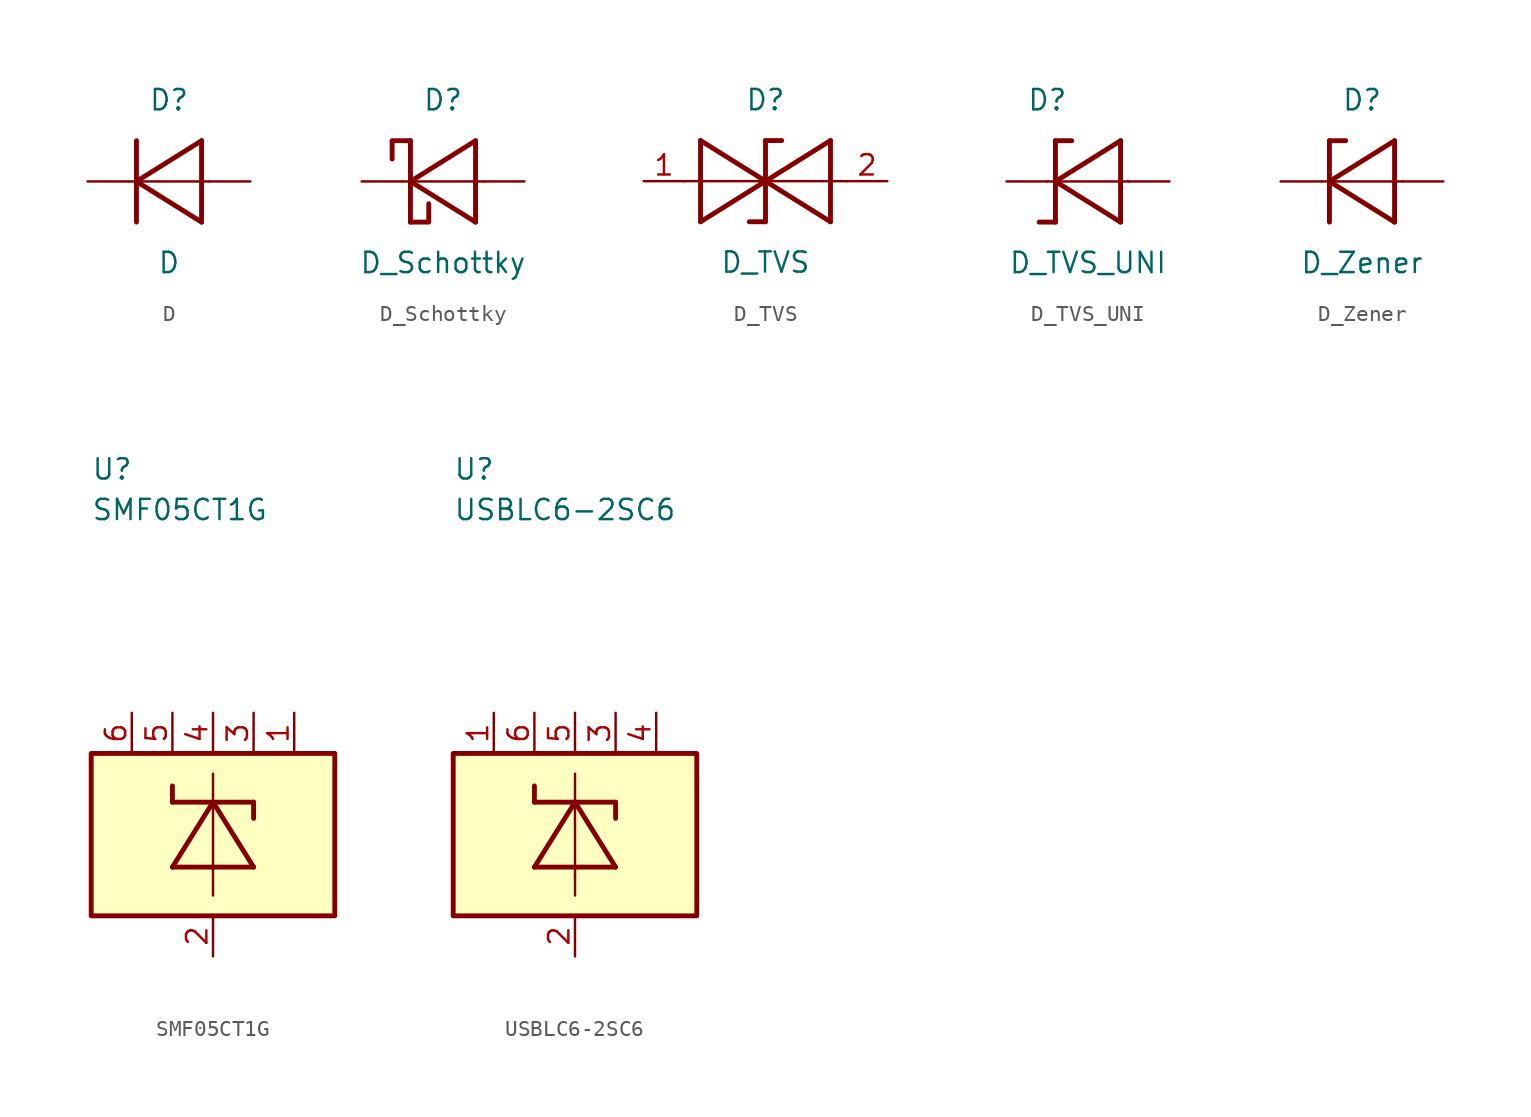
<source format=kicad_sym>
(kicad_symbol_lib
  (version 20211014)
  (generator kicad_symbol_editor)
  (symbol "D"
    (pin_numbers hide)
    (pin_names
      (offset 1.016) hide)
    (property "Reference" "D"
      (at 0 5.08 0)
      (effects (font (size 1.27 1.27))))
    (property "Value" "D"
      (at 0 -5.08 0)
      (effects (font (size 1.27 1.27))))
    (symbol "D_0_1"
      (polyline (pts (xy -2.54 0) (xy 2.54 0)) (stroke (width 0) (type default) (color 0 0 0 0)) (fill (type none)))
      (polyline (pts (xy -2.032 2.54) (xy -2.032 -2.54)) (stroke (width 0.305) (type default) (color 0 0 0 0)) (fill (type none)))
      (polyline (pts (xy 2.032 2.54) (xy 2.032 -2.54)) (stroke (width 0.305) (type default) (color 0 0 0 0)) (fill (type none)))
      (polyline (pts (xy 2.032 2.54) (xy -2.032 0) (xy 2.032 -2.54)) (stroke (width 0.305) (type default) (color 0 0 0 0)) (fill (type none))))
    (symbol "D_1_1"
      (pin passive line (at -5.08 0 0) (length 2.54) (name "K" (effects (font (size 1.27 1.27)))) (number "1" (effects (font (size 1.27 1.27)))))
      (pin passive line (at 5.08 0 180) (length 2.54) (name "A" (effects (font (size 1.27 1.27)))) (number "2" (effects (font (size 1.27 1.27)))))))
  (symbol "D_Schottky"
    (pin_numbers hide)
    (pin_names
      (offset 1.016) hide)
    (property "Reference" "D"
      (at 0 5.08 0)
      (effects (font (size 1.27 1.27))))
    (property "Value" "D_Schottky"
      (at 0 -5.08 0)
      (effects (font (size 1.27 1.27))))
    (symbol "D_Schottky_0_1"
      (polyline (pts (xy -2.54 0) (xy 2.54 0)) (stroke (width 0) (type default) (color 0 0 0 0)) (fill (type none)))
      (polyline (pts (xy -2.032 2.54) (xy -2.032 -2.54)) (stroke (width 0.305) (type default) (color 0 0 0 0)) (fill (type none)))
      (polyline (pts (xy 2.032 2.54) (xy 2.032 -2.54)) (stroke (width 0.305) (type default) (color 0 0 0 0)) (fill (type none)))
      (polyline (pts (xy -2.032 -2.54) (xy -0.889 -2.54) (xy -0.889 -1.397)) (stroke (width 0.305) (type default) (color 0 0 0 0)) (fill (type none)))
      (polyline (pts (xy -2.032 2.54) (xy -3.175 2.54) (xy -3.175 1.397)) (stroke (width 0.305) (type default) (color 0 0 0 0)) (fill (type none)))
      (polyline (pts (xy 2.032 2.54) (xy -2.032 0) (xy 2.032 -2.54)) (stroke (width 0.305) (type default) (color 0 0 0 0)) (fill (type none))))
    (symbol "D_Schottky_1_1"
      (pin passive line (at -5.08 0 0) (length 2.54) (name "K" (effects (font (size 1.27 1.27)))) (number "1" (effects (font (size 1.27 1.27)))))
      (pin passive line (at 5.08 0 180) (length 2.54) (name "A" (effects (font (size 1.27 1.27)))) (number "2" (effects (font (size 1.27 1.27)))))))
  (symbol "D_TVS"
    (pin_names
      (offset 1.016) hide)
    (property "Reference" "D"
      (at 0 5.08 0)
      (effects (font (size 1.27 1.27))))
    (property "Value" "D_TVS"
      (at 0 -5.08 0)
      (effects (font (size 1.27 1.27))))
    (symbol "D_TVS_0_1"
      (polyline (pts (xy -5.08 0) (xy 5.08 0)) (stroke (width 0) (type default) (color 0 0 0 0)) (fill (type none))))
    (symbol "D_TVS_1_1"
      (polyline (pts (xy -4.064 -2.54) (xy -4.064 2.54)) (stroke (width 0.305) (type default) (color 0 0 0 0)) (fill (type none)))
      (polyline (pts (xy 0 -2.54) (xy -1.016 -2.54)) (stroke (width 0.305) (type default) (color 0 0 0 0)) (fill (type none)))
      (polyline (pts (xy 0 2.54) (xy 0 -2.54)) (stroke (width 0.305) (type default) (color 0 0 0 0)) (fill (type none)))
      (polyline (pts (xy 0 2.54) (xy 1.016 2.54)) (stroke (width 0.305) (type default) (color 0 0 0 0)) (fill (type none)))
      (polyline (pts (xy 4.064 2.54) (xy 4.064 -2.54)) (stroke (width 0.305) (type default) (color 0 0 0 0)) (fill (type none)))
      (polyline (pts (xy -4.064 -2.54) (xy 0 0) (xy -4.064 2.54)) (stroke (width 0.305) (type default) (color 0 0 0 0)) (fill (type none)))
      (polyline (pts (xy 4.064 2.54) (xy 0 0) (xy 4.064 -2.54)) (stroke (width 0.305) (type default) (color 0 0 0 0)) (fill (type none)))
      (pin passive line (at -7.62 0 0) (length 2.54) (name "K" (effects (font (size 1.27 1.27)))) (number "1" (effects (font (size 1.27 1.27)))))
      (pin passive line (at 7.62 0 180) (length 2.54) (name "A" (effects (font (size 1.27 1.27)))) (number "2" (effects (font (size 1.27 1.27)))))))
  (symbol "D_TVS_UNI"
    (pin_numbers hide)
    (pin_names
      (offset 1.016) hide)
    (property "Reference" "D"
      (at -2.54 5.08 0)
      (effects (font (size 1.27 1.27))))
    (property "Value" "D_TVS_UNI"
      (at 0 -5.08 0)
      (effects (font (size 1.27 1.27))))
    (symbol "D_TVS_UNI_0_1"
      (rectangle (start 2.54 0) (end -2.54 0) (stroke (width 0) (type default) (color 0 0 0 0)) (fill (type none))))
    (symbol "D_TVS_UNI_1_1"
      (polyline (pts (xy -2.032 -2.54) (xy -3.048 -2.54)) (stroke (width 0.305) (type default) (color 0 0 0 0)) (fill (type none)))
      (polyline (pts (xy -2.032 2.54) (xy -2.032 -2.54)) (stroke (width 0.305) (type default) (color 0 0 0 0)) (fill (type none)))
      (polyline (pts (xy -2.032 2.54) (xy -1.016 2.54)) (stroke (width 0.305) (type default) (color 0 0 0 0)) (fill (type none)))
      (polyline (pts (xy 2.032 2.54) (xy 2.032 -2.54)) (stroke (width 0.305) (type default) (color 0 0 0 0)) (fill (type none)))
      (polyline (pts (xy 2.032 2.54) (xy -2.032 0) (xy 2.032 -2.54)) (stroke (width 0.305) (type default) (color 0 0 0 0)) (fill (type none)))
      (pin passive line (at -5.08 0 0) (length 2.54) (name "K" (effects (font (size 1.27 1.27)))) (number "1" (effects (font (size 1.27 1.27)))))
      (pin passive line (at 5.08 0 180) (length 2.54) (name "A" (effects (font (size 1.27 1.27)))) (number "2" (effects (font (size 1.27 1.27)))))))
  (symbol "D_Zener"
    (pin_numbers hide)
    (pin_names
      (offset 1.016) hide)
    (property "Reference" "D"
      (at 0 5.08 0)
      (effects (font (size 1.27 1.27))))
    (property "Value" "D_Zener"
      (at 0 -5.08 0)
      (effects (font (size 1.27 1.27))))
    (symbol "D_Zener_1_1"
      (polyline (pts (xy -2.54 0) (xy 2.54 0)) (stroke (width 0) (type default) (color 0 0 0 0)) (fill (type none)))
      (polyline (pts (xy -2.032 2.54) (xy -2.032 -2.54)) (stroke (width 0.305) (type default) (color 0 0 0 0)) (fill (type none)))
      (polyline (pts (xy -1.016 2.54) (xy -2.032 2.54)) (stroke (width 0.305) (type default) (color 0 0 0 0)) (fill (type none)))
      (polyline (pts (xy 2.032 2.54) (xy 2.032 -2.54)) (stroke (width 0.305) (type default) (color 0 0 0 0)) (fill (type none)))
      (polyline (pts (xy 2.032 2.54) (xy -2.032 0) (xy 2.032 -2.54)) (stroke (width 0.305) (type default) (color 0 0 0 0)) (fill (type none)))
      (pin passive line (at -5.08 0 0) (length 2.54) (name "K" (effects (font (size 1.27 1.27)))) (number "1" (effects (font (size 1.27 1.27)))))
      (pin passive line (at 5.08 0 180) (length 2.54) (name "A" (effects (font (size 1.27 1.27)))) (number "2" (effects (font (size 1.27 1.27)))))))
  (symbol "SMF05CT1G"
    (pin_names
      (offset 1.016) hide)
    (property "Reference" "U"
      (at -7.62 22.86 0)
      (effects (font (size 1.27 1.27)) (justify left)))
    (property "Value" "SMF05CT1G"
      (at -7.62 20.32 0)
      (effects (font (size 1.27 1.27)) (justify left)))
    (symbol "SMF05CT1G_0_1"
      (rectangle (start -7.62 5.08) (end 7.62 -5.08) (stroke (width 0.305) (type default) (color 0 0 0 0)) (fill (type background)))
      (polyline (pts (xy 0 -2.54) (xy 0 -3.81)) (stroke (width 0) (type default) (color 0 0 0 0)) (fill (type none)))
      (polyline (pts (xy 0 3.81) (xy 0 2.54)) (stroke (width 0) (type default) (color 0 0 0 0)) (fill (type none))))
    (symbol "SMF05CT1G_1_1"
      (polyline (pts (xy -2.54 2.032) (xy -2.54 3.048)) (stroke (width 0.305) (type default) (color 0 0 0 0)) (fill (type none)))
      (polyline (pts (xy 0 2.54) (xy 0 -2.54)) (stroke (width 0) (type default) (color 0 0 0 0)) (fill (type none)))
      (polyline (pts (xy 2.54 -2.032) (xy -2.54 -2.032)) (stroke (width 0.305) (type default) (color 0 0 0 0)) (fill (type none)))
      (polyline (pts (xy 2.54 2.032) (xy -2.54 2.032)) (stroke (width 0.305) (type default) (color 0 0 0 0)) (fill (type none)))
      (polyline (pts (xy 2.54 2.032) (xy 2.54 1.016)) (stroke (width 0.305) (type default) (color 0 0 0 0)) (fill (type none)))
      (polyline (pts (xy 2.54 -2.032) (xy 0 2.032) (xy -2.54 -2.032)) (stroke (width 0.305) (type default) (color 0 0 0 0)) (fill (type none)))
      (pin passive line (at 5.08 7.62 270) (length 2.54) (name "1" (effects (font (size 1.27 1.27)))) (number "1" (effects (font (size 1.27 1.27)))))
      (pin passive line (at 0 -7.62 90) (length 2.54) (name "2" (effects (font (size 1.27 1.27)))) (number "2" (effects (font (size 1.27 1.27)))))
      (pin passive line (at 2.54 7.62 270) (length 2.54) (name "3" (effects (font (size 1.27 1.27)))) (number "3" (effects (font (size 1.27 1.27)))))
      (pin passive line (at 0 7.62 270) (length 2.54) (name "4" (effects (font (size 1.27 1.27)))) (number "4" (effects (font (size 1.27 1.27)))))
      (pin passive line (at -2.54 7.62 270) (length 2.54) (name "5" (effects (font (size 1.27 1.27)))) (number "5" (effects (font (size 1.27 1.27)))))
      (pin passive line (at -5.08 7.62 270) (length 2.54) (name "6" (effects (font (size 1.27 1.27)))) (number "6" (effects (font (size 1.27 1.27)))))))
  (symbol "USBLC6-2SC6"
    (pin_names
      (offset 1.016) hide)
    (property "Reference" "U"
      (at -7.62 22.86 0)
      (effects (font (size 1.27 1.27)) (justify left)))
    (property "Value" "USBLC6-2SC6"
      (at -7.62 20.32 0)
      (effects (font (size 1.27 1.27)) (justify left)))
    (symbol "USBLC6-2SC6_0_1"
      (rectangle (start -7.62 5.08) (end 7.62 -5.08) (stroke (width 0.305) (type default) (color 0 0 0 0)) (fill (type background)))
      (polyline (pts (xy 0 -2.54) (xy 0 -3.81)) (stroke (width 0) (type default) (color 0 0 0 0)) (fill (type none)))
      (polyline (pts (xy 0 3.81) (xy 0 2.54)) (stroke (width 0) (type default) (color 0 0 0 0)) (fill (type none))))
    (symbol "USBLC6-2SC6_1_1"
      (polyline (pts (xy -2.54 2.032) (xy -2.54 3.048)) (stroke (width 0.305) (type default) (color 0 0 0 0)) (fill (type none)))
      (polyline (pts (xy 0 2.54) (xy 0 -2.54)) (stroke (width 0) (type default) (color 0 0 0 0)) (fill (type none)))
      (polyline (pts (xy 2.54 -2.032) (xy -2.54 -2.032)) (stroke (width 0.305) (type default) (color 0 0 0 0)) (fill (type none)))
      (polyline (pts (xy 2.54 2.032) (xy -2.54 2.032)) (stroke (width 0.305) (type default) (color 0 0 0 0)) (fill (type none)))
      (polyline (pts (xy 2.54 2.032) (xy 2.54 1.016)) (stroke (width 0.305) (type default) (color 0 0 0 0)) (fill (type none)))
      (polyline (pts (xy 2.54 -2.032) (xy 0 2.032) (xy -2.54 -2.032)) (stroke (width 0.305) (type default) (color 0 0 0 0)) (fill (type none)))
      (pin passive line (at -5.08 7.62 270) (length 2.54) (name "1" (effects (font (size 1.27 1.27)))) (number "1" (effects (font (size 1.27 1.27)))))
      (pin passive line (at 0 -7.62 90) (length 2.54) (name "2" (effects (font (size 1.27 1.27)))) (number "2" (effects (font (size 1.27 1.27)))))
      (pin passive line (at 2.54 7.62 270) (length 2.54) (name "3" (effects (font (size 1.27 1.27)))) (number "3" (effects (font (size 1.27 1.27)))))
      (pin passive line (at 5.08 7.62 270) (length 2.54) (name "4" (effects (font (size 1.27 1.27)))) (number "4" (effects (font (size 1.27 1.27)))))
      (pin passive line (at 0 7.62 270) (length 2.54) (name "5" (effects (font (size 1.27 1.27)))) (number "5" (effects (font (size 1.27 1.27)))))
      (pin passive line (at -2.54 7.62 270) (length 2.54) (name "6" (effects (font (size 1.27 1.27)))) (number "6" (effects (font (size 1.27 1.27))))))))
</source>
